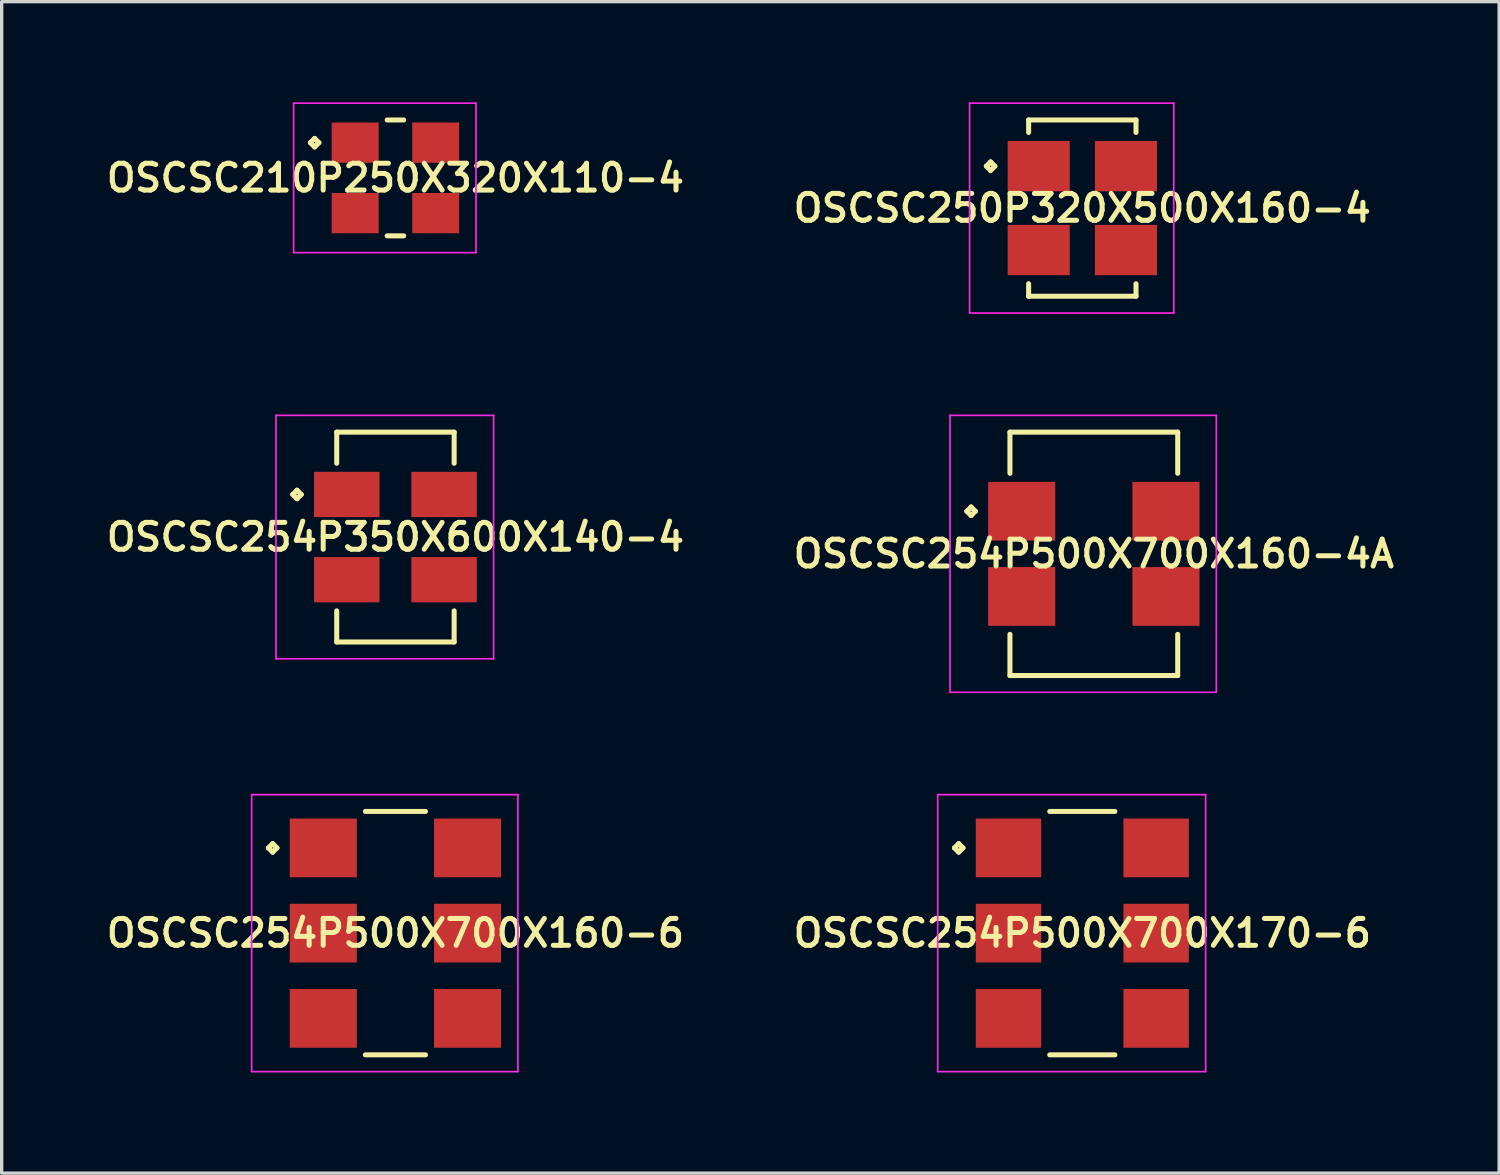
<source format=kicad_pcb>
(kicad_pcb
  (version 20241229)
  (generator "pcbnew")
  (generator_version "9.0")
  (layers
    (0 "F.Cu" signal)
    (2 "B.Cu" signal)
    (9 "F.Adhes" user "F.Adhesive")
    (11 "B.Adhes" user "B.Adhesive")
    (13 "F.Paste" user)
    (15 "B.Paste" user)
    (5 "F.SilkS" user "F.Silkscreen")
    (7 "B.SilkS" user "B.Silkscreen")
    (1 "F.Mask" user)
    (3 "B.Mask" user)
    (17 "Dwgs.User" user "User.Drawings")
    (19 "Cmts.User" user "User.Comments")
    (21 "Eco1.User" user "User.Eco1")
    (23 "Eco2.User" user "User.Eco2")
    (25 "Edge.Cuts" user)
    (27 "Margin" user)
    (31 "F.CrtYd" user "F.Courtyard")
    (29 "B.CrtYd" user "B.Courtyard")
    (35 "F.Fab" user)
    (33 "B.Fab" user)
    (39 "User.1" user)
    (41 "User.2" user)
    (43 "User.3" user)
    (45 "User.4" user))
  (footprint "OSCSC254P500X700X160-4A"
    (layer "F.Cu")
    (at 29.549 13.456)
    (property "Reference" "OSCSC254P500X700X160-4A" (at 0 0 0) (layer "F.SilkS") (effects (font (size 0.8 0.8) (thickness 0.15))))
    (attr smd)
    (fp_line (start -3.785 -1.27) (end -3.658 -1.397) (stroke (width 0.15) (type solid)) (layer "F.SilkS"))
    (fp_line (start -3.658 -1.397) (end -3.531 -1.27) (stroke (width 0.15) (type solid)) (layer "F.SilkS"))
    (fp_line (start -3.658 -1.143) (end -3.785 -1.27) (stroke (width 0.15) (type solid)) (layer "F.SilkS"))
    (fp_line (start -3.531 -1.27) (end -3.658 -1.143) (stroke (width 0.15) (type solid)) (layer "F.SilkS"))
    (fp_line (start -2.5 -3.627) (end 2.5 -3.627) (stroke (width 0.15) (type solid)) (layer "F.SilkS"))
    (fp_line (start -2.5 -2.399) (end -2.5 -3.627) (stroke (width 0.15) (type solid)) (layer "F.SilkS"))
    (fp_line (start -2.5 2.399) (end -2.5 3.627) (stroke (width 0.15) (type solid)) (layer "F.SilkS"))
    (fp_line (start -2.5 3.627) (end 2.5 3.627) (stroke (width 0.15) (type solid)) (layer "F.SilkS"))
    (fp_line (start 2.5 -3.627) (end 2.5 -2.399) (stroke (width 0.15) (type solid)) (layer "F.SilkS"))
    (fp_line (start 2.5 3.627) (end 2.5 2.399) (stroke (width 0.15) (type solid)) (layer "F.SilkS"))
    (fp_line (start -4.285 -4.127) (end 3.65 -4.127) (stroke (width 0.05) (type solid)) (layer "F.CrtYd"))
    (fp_line (start -4.285 4.127) (end -4.285 -4.127) (stroke (width 0.05) (type solid)) (layer "F.CrtYd"))
    (fp_line (start 3.65 -4.127) (end 3.65 4.127) (stroke (width 0.05) (type solid)) (layer "F.CrtYd"))
    (fp_line (start 3.65 4.127) (end -4.285 4.127) (stroke (width 0.05) (type solid)) (layer "F.CrtYd"))
    (pad "1" smd rect (at -2.15 -1.27) (size 2 1.75) (layers "F.Cu" "F.Mask" "F.Paste"))
    (pad "2" smd rect (at -2.15 1.27) (size 2 1.75) (layers "F.Cu" "F.Mask" "F.Paste"))
    (pad "3" smd rect (at 2.15 1.27) (size 2 1.75) (layers "F.Cu" "F.Mask" "F.Paste"))
    (pad "4" smd rect (at 2.15 -1.27) (size 2 1.75) (layers "F.Cu" "F.Mask" "F.Paste")))
  (footprint "OSCSC254P500X700X170-6"
    (layer "F.Cu")
    (at 29.206 24.76)
    (property "Reference" "OSCSC254P500X700X170-6" (at 0 0 0) (layer "F.SilkS") (effects (font (size 0.8 0.8) (thickness 0.15))))
    (attr smd)
    (fp_line (start -3.81 -2.54) (end -3.683 -2.667) (stroke (width 0.15) (type solid)) (layer "F.SilkS"))
    (fp_line (start -3.683 -2.667) (end -3.556 -2.54) (stroke (width 0.15) (type solid)) (layer "F.SilkS"))
    (fp_line (start -3.683 -2.413) (end -3.81 -2.54) (stroke (width 0.15) (type solid)) (layer "F.SilkS"))
    (fp_line (start -3.556 -2.54) (end -3.683 -2.413) (stroke (width 0.15) (type solid)) (layer "F.SilkS"))
    (fp_line (start -0.971 -3.627) (end 0.971 -3.627) (stroke (width 0.15) (type solid)) (layer "F.SilkS"))
    (fp_line (start -0.971 3.627) (end 0.971 3.627) (stroke (width 0.15) (type solid)) (layer "F.SilkS"))
    (fp_line (start -4.31 -4.127) (end 3.675 -4.127) (stroke (width 0.05) (type solid)) (layer "F.CrtYd"))
    (fp_line (start -4.31 4.127) (end -4.31 -4.127) (stroke (width 0.05) (type solid)) (layer "F.CrtYd"))
    (fp_line (start 3.675 -4.127) (end 3.675 4.127) (stroke (width 0.05) (type solid)) (layer "F.CrtYd"))
    (fp_line (start 3.675 4.127) (end -4.31 4.127) (stroke (width 0.05) (type solid)) (layer "F.CrtYd"))
    (pad "1" smd rect (at -2.2 -2.54) (size 1.95 1.75) (layers "F.Cu" "F.Mask" "F.Paste"))
    (pad "2" smd rect (at -2.2 0) (size 1.95 1.75) (layers "F.Cu" "F.Mask" "F.Paste"))
    (pad "3" smd rect (at -2.2 2.54) (size 1.95 1.75) (layers "F.Cu" "F.Mask" "F.Paste"))
    (pad "4" smd rect (at 2.2 2.54) (size 1.95 1.75) (layers "F.Cu" "F.Mask" "F.Paste"))
    (pad "5" smd rect (at 2.2 0) (size 1.95 1.75) (layers "F.Cu" "F.Mask" "F.Paste"))
    (pad "6" smd rect (at 2.2 -2.54) (size 1.95 1.75) (layers "F.Cu" "F.Mask" "F.Paste")))
  (footprint "OSCSC254P350X600X140-4"
    (layer "F.Cu")
    (at 8.735 12.956)
    (property "Reference" "OSCSC254P350X600X140-4" (at 0 0 0) (layer "F.SilkS") (effects (font (size 0.8 0.8) (thickness 0.15))))
    (attr smd)
    (fp_line (start -3.06 -1.27) (end -2.933 -1.397) (stroke (width 0.15) (type solid)) (layer "F.SilkS"))
    (fp_line (start -2.933 -1.397) (end -2.806 -1.27) (stroke (width 0.15) (type solid)) (layer "F.SilkS"))
    (fp_line (start -2.933 -1.143) (end -3.06 -1.27) (stroke (width 0.15) (type solid)) (layer "F.SilkS"))
    (fp_line (start -2.806 -1.27) (end -2.933 -1.143) (stroke (width 0.15) (type solid)) (layer "F.SilkS"))
    (fp_line (start -1.75 -3.127) (end 1.75 -3.127) (stroke (width 0.15) (type solid)) (layer "F.SilkS"))
    (fp_line (start -1.75 -2.199) (end -1.75 -3.127) (stroke (width 0.15) (type solid)) (layer "F.SilkS"))
    (fp_line (start -1.75 2.199) (end -1.75 3.127) (stroke (width 0.15) (type solid)) (layer "F.SilkS"))
    (fp_line (start -1.75 3.127) (end 1.75 3.127) (stroke (width 0.15) (type solid)) (layer "F.SilkS"))
    (fp_line (start 1.75 -3.127) (end 1.75 -2.199) (stroke (width 0.15) (type solid)) (layer "F.SilkS"))
    (fp_line (start 1.75 3.127) (end 1.75 2.199) (stroke (width 0.15) (type solid)) (layer "F.SilkS"))
    (fp_line (start -3.56 -3.627) (end 2.925 -3.627) (stroke (width 0.05) (type solid)) (layer "F.CrtYd"))
    (fp_line (start -3.56 3.627) (end -3.56 -3.627) (stroke (width 0.05) (type solid)) (layer "F.CrtYd"))
    (fp_line (start 2.925 -3.627) (end 2.925 3.627) (stroke (width 0.05) (type solid)) (layer "F.CrtYd"))
    (fp_line (start 2.925 3.627) (end -3.56 3.627) (stroke (width 0.05) (type solid)) (layer "F.CrtYd"))
    (pad "1" smd rect (at -1.45 -1.27) (size 1.95 1.35) (layers "F.Cu" "F.Mask" "F.Paste"))
    (pad "2" smd rect (at -1.45 1.27) (size 1.95 1.35) (layers "F.Cu" "F.Mask" "F.Paste"))
    (pad "3" smd rect (at 1.45 1.27) (size 1.95 1.35) (layers "F.Cu" "F.Mask" "F.Paste"))
    (pad "4" smd rect (at 1.45 -1.27) (size 1.95 1.35) (layers "F.Cu" "F.Mask" "F.Paste")))
  (footprint "OSCSC250P320X500X160-4"
    (layer "F.Cu")
    (at 29.206 3.152)
    (property "Reference" "OSCSC250P320X500X160-4" (at 0 0 0) (layer "F.SilkS") (effects (font (size 0.8 0.8) (thickness 0.15))))
    (attr smd)
    (fp_line (start -2.86 -1.25) (end -2.733 -1.377) (stroke (width 0.15) (type solid)) (layer "F.SilkS"))
    (fp_line (start -2.733 -1.377) (end -2.606 -1.25) (stroke (width 0.15) (type solid)) (layer "F.SilkS"))
    (fp_line (start -2.733 -1.123) (end -2.86 -1.25) (stroke (width 0.15) (type solid)) (layer "F.SilkS"))
    (fp_line (start -2.606 -1.25) (end -2.733 -1.123) (stroke (width 0.15) (type solid)) (layer "F.SilkS"))
    (fp_line (start -1.6 -2.627) (end 1.6 -2.627) (stroke (width 0.15) (type solid)) (layer "F.SilkS"))
    (fp_line (start -1.6 -2.254) (end -1.6 -2.627) (stroke (width 0.15) (type solid)) (layer "F.SilkS"))
    (fp_line (start -1.6 2.254) (end -1.6 2.627) (stroke (width 0.15) (type solid)) (layer "F.SilkS"))
    (fp_line (start -1.6 2.627) (end 1.6 2.627) (stroke (width 0.15) (type solid)) (layer "F.SilkS"))
    (fp_line (start 1.6 -2.627) (end 1.6 -2.254) (stroke (width 0.15) (type solid)) (layer "F.SilkS"))
    (fp_line (start 1.6 2.627) (end 1.6 2.254) (stroke (width 0.15) (type solid)) (layer "F.SilkS"))
    (fp_line (start -3.36 -3.127) (end 2.725 -3.127) (stroke (width 0.05) (type solid)) (layer "F.CrtYd"))
    (fp_line (start -3.36 3.127) (end -3.36 -3.127) (stroke (width 0.05) (type solid)) (layer "F.CrtYd"))
    (fp_line (start 2.725 -3.127) (end 2.725 3.127) (stroke (width 0.05) (type solid)) (layer "F.CrtYd"))
    (fp_line (start 2.725 3.127) (end -3.36 3.127) (stroke (width 0.05) (type solid)) (layer "F.CrtYd"))
    (pad "1" smd rect (at -1.3 -1.25) (size 1.85 1.5) (layers "F.Cu" "F.Mask" "F.Paste"))
    (pad "2" smd rect (at -1.3 1.25) (size 1.85 1.5) (layers "F.Cu" "F.Mask" "F.Paste"))
    (pad "3" smd rect (at 1.3 1.25) (size 1.85 1.5) (layers "F.Cu" "F.Mask" "F.Paste"))
    (pad "4" smd rect (at 1.3 -1.25) (size 1.85 1.5) (layers "F.Cu" "F.Mask" "F.Paste")))
  (footprint "OSCSC254P500X700X160-6"
    (layer "F.Cu")
    (at 8.735 24.76)
    (property "Reference" "OSCSC254P500X700X160-6" (at 0 0 0) (layer "F.SilkS") (effects (font (size 0.8 0.8) (thickness 0.15))))
    (attr smd)
    (fp_line (start -3.785 -2.54) (end -3.658 -2.667) (stroke (width 0.15) (type solid)) (layer "F.SilkS"))
    (fp_line (start -3.658 -2.667) (end -3.531 -2.54) (stroke (width 0.15) (type solid)) (layer "F.SilkS"))
    (fp_line (start -3.658 -2.413) (end -3.785 -2.54) (stroke (width 0.15) (type solid)) (layer "F.SilkS"))
    (fp_line (start -3.531 -2.54) (end -3.658 -2.413) (stroke (width 0.15) (type solid)) (layer "F.SilkS"))
    (fp_line (start -0.896 -3.627) (end 0.896 -3.627) (stroke (width 0.15) (type solid)) (layer "F.SilkS"))
    (fp_line (start -0.896 3.627) (end 0.896 3.627) (stroke (width 0.15) (type solid)) (layer "F.SilkS"))
    (fp_line (start -4.285 -4.127) (end 3.65 -4.127) (stroke (width 0.05) (type solid)) (layer "F.CrtYd"))
    (fp_line (start -4.285 4.127) (end -4.285 -4.127) (stroke (width 0.05) (type solid)) (layer "F.CrtYd"))
    (fp_line (start 3.65 -4.127) (end 3.65 4.127) (stroke (width 0.05) (type solid)) (layer "F.CrtYd"))
    (fp_line (start 3.65 4.127) (end -4.285 4.127) (stroke (width 0.05) (type solid)) (layer "F.CrtYd"))
    (pad "1" smd rect (at -2.15 -2.54) (size 2 1.75) (layers "F.Cu" "F.Mask" "F.Paste"))
    (pad "2" smd rect (at -2.15 0) (size 2 1.75) (layers "F.Cu" "F.Mask" "F.Paste"))
    (pad "3" smd rect (at -2.15 2.54) (size 2 1.75) (layers "F.Cu" "F.Mask" "F.Paste"))
    (pad "4" smd rect (at 2.15 2.54) (size 2 1.75) (layers "F.Cu" "F.Mask" "F.Paste"))
    (pad "5" smd rect (at 2.15 0) (size 2 1.75) (layers "F.Cu" "F.Mask" "F.Paste"))
    (pad "6" smd rect (at 2.15 -2.54) (size 2 1.75) (layers "F.Cu" "F.Mask" "F.Paste")))
  (footprint "OSCSC210P250X320X110-4"
    (layer "F.Cu")
    (at 8.735 2.252)
    (property "Reference" "OSCSC210P250X320X110-4" (at 0 0 0) (layer "F.SilkS") (effects (font (size 0.8 0.8) (thickness 0.15))))
    (attr smd)
    (fp_line (start -2.535 -1.05) (end -2.408 -1.177) (stroke (width 0.15) (type solid)) (layer "F.SilkS"))
    (fp_line (start -2.408 -1.177) (end -2.281 -1.05) (stroke (width 0.15) (type solid)) (layer "F.SilkS"))
    (fp_line (start -2.408 -0.923) (end -2.535 -1.05) (stroke (width 0.15) (type solid)) (layer "F.SilkS"))
    (fp_line (start -2.281 -1.05) (end -2.408 -0.923) (stroke (width 0.15) (type solid)) (layer "F.SilkS"))
    (fp_line (start -0.246 -1.727) (end 0.246 -1.727) (stroke (width 0.15) (type solid)) (layer "F.SilkS"))
    (fp_line (start -0.246 1.727) (end 0.246 1.727) (stroke (width 0.15) (type solid)) (layer "F.SilkS"))
    (fp_line (start -3.035 -2.227) (end 2.4 -2.227) (stroke (width 0.05) (type solid)) (layer "F.CrtYd"))
    (fp_line (start -3.035 2.227) (end -3.035 -2.227) (stroke (width 0.05) (type solid)) (layer "F.CrtYd"))
    (fp_line (start 2.4 -2.227) (end 2.4 2.227) (stroke (width 0.05) (type solid)) (layer "F.CrtYd"))
    (fp_line (start 2.4 2.227) (end -3.035 2.227) (stroke (width 0.05) (type solid)) (layer "F.CrtYd"))
    (pad "1" smd rect (at -1.2 -1.05) (size 1.4 1.2) (layers "F.Cu" "F.Mask" "F.Paste"))
    (pad "2" smd rect (at -1.2 1.05) (size 1.4 1.2) (layers "F.Cu" "F.Mask" "F.Paste"))
    (pad "3" smd rect (at 1.2 1.05) (size 1.4 1.2) (layers "F.Cu" "F.Mask" "F.Paste"))
    (pad "4" smd rect (at 1.2 -1.05) (size 1.4 1.2) (layers "F.Cu" "F.Mask" "F.Paste")))
  (gr_rect
    (start -3 -3)
    (end 41.628 31.912)
    (stroke (width 0.1) (type default))
    (fill no)
    (layer "Edge.Cuts")))
</source>
